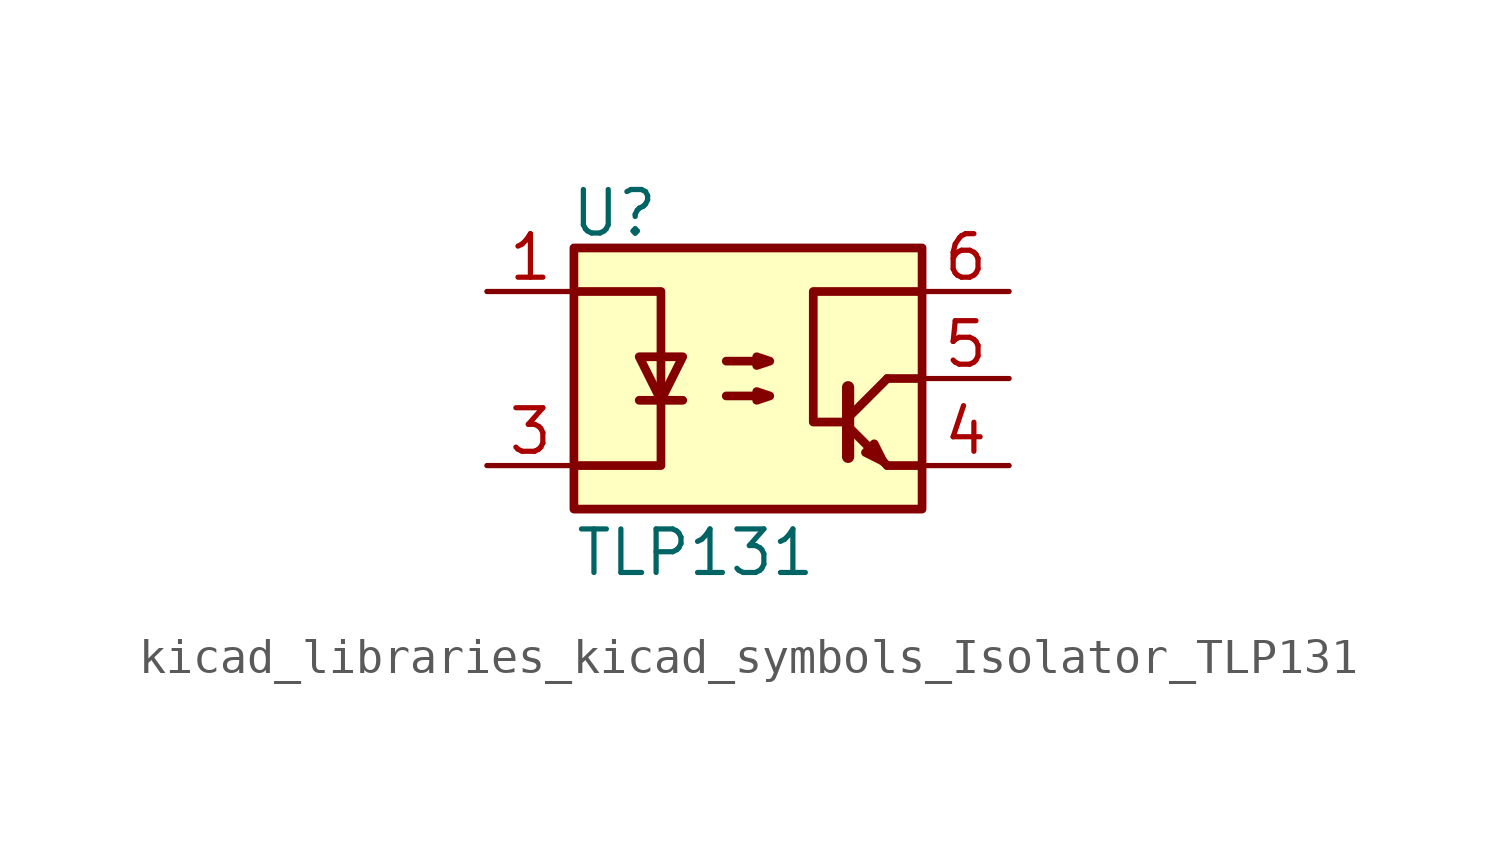
<source format=kicad_sym>
(kicad_symbol_lib
  (version 20220914)
  (generator kicad_symbol_editor)
  (symbol "kicad_libraries_kicad_symbols_Isolator_TLP131"
    (pin_names
      (offset 1.016))
    (property "Reference" "U"
      (at -5.207 4.826 0)
      (effects (font (size 1.27 1.27)) (justify left)))
    (property "Value" "TLP131"
      (at -5.08 -5.08 0)
      (effects (font (size 1.27 1.27)) (justify left)))
    (symbol "kicad_libraries_kicad_symbols_Isolator_TLP131_0_1"
      (rectangle (start -5.08 3.81) (end 5.08 -3.81) (stroke (width 0.254) (type default)) (fill (type background)))
      (polyline (pts (xy -3.175 -0.635) (xy -1.905 -0.635)) (stroke (width 0.254) (type default)) (fill (type none)))
      (polyline (pts (xy 2.921 -1.397) (xy 4.064 -2.54)) (stroke (width 0.254) (type default)) (fill (type none)))
      (polyline (pts (xy 2.921 -1.143) (xy 4.064 0)) (stroke (width 0.254) (type default)) (fill (type none)))
      (polyline (pts (xy 4.064 -2.54) (xy 5.08 -2.54)) (stroke (width 0.254) (type default)) (fill (type none)))
      (polyline (pts (xy 5.08 0) (xy 4.064 0)) (stroke (width 0.254) (type default)) (fill (type none)))
      (polyline (pts (xy 2.921 -0.254) (xy 2.921 -2.286) (xy 2.921 -2.286)) (stroke (width 0.356) (type default)) (fill (type none)))
      (polyline (pts (xy -5.08 -2.54) (xy -2.54 -2.54) (xy -2.54 2.54) (xy -5.08 2.54)) (stroke (width 0.254) (type default)) (fill (type none)))
      (polyline (pts (xy -2.54 -0.635) (xy -3.175 0.635) (xy -1.905 0.635) (xy -2.54 -0.635)) (stroke (width 0.254) (type default)) (fill (type none)))
      (polyline (pts (xy 2.921 -1.27) (xy 1.905 -1.27) (xy 1.905 2.54) (xy 5.08 2.54)) (stroke (width 0.254) (type default)) (fill (type none)))
      (polyline (pts (xy 3.937 -2.413) (xy 3.683 -1.905) (xy 3.429 -2.159) (xy 3.937 -2.413)) (stroke (width 0.254) (type default)) (fill (type none)))
      (polyline (pts (xy -0.635 -0.508) (xy 0.635 -0.508) (xy 0.254 -0.635) (xy 0.254 -0.381) (xy 0.635 -0.508)) (stroke (width 0.254) (type default)) (fill (type none)))
      (polyline (pts (xy -0.635 0.508) (xy 0.635 0.508) (xy 0.254 0.381) (xy 0.254 0.635) (xy 0.635 0.508)) (stroke (width 0.254) (type default)) (fill (type none))))
    (symbol "kicad_libraries_kicad_symbols_Isolator_TLP131_1_1"
      (pin passive line (at -7.62 2.54 0) (length 2.54) (name "~" (effects (font (size 1.27 1.27)))) (number "1" (effects (font (size 1.27 1.27)))))
      (pin passive line (at -7.62 -2.54 0) (length 2.54) (name "~" (effects (font (size 1.27 1.27)))) (number "3" (effects (font (size 1.27 1.27)))))
      (pin passive line (at 7.62 -2.54 180) (length 2.54) (name "~" (effects (font (size 1.27 1.27)))) (number "4" (effects (font (size 1.27 1.27)))))
      (pin open_collector line (at 7.62 0 180) (length 2.54) (name "~" (effects (font (size 1.27 1.27)))) (number "5" (effects (font (size 1.27 1.27)))))
      (pin passive line (at 7.62 2.54 180) (length 2.54) (name "~" (effects (font (size 1.27 1.27)))) (number "6" (effects (font (size 1.27 1.27))))))))
</source>
